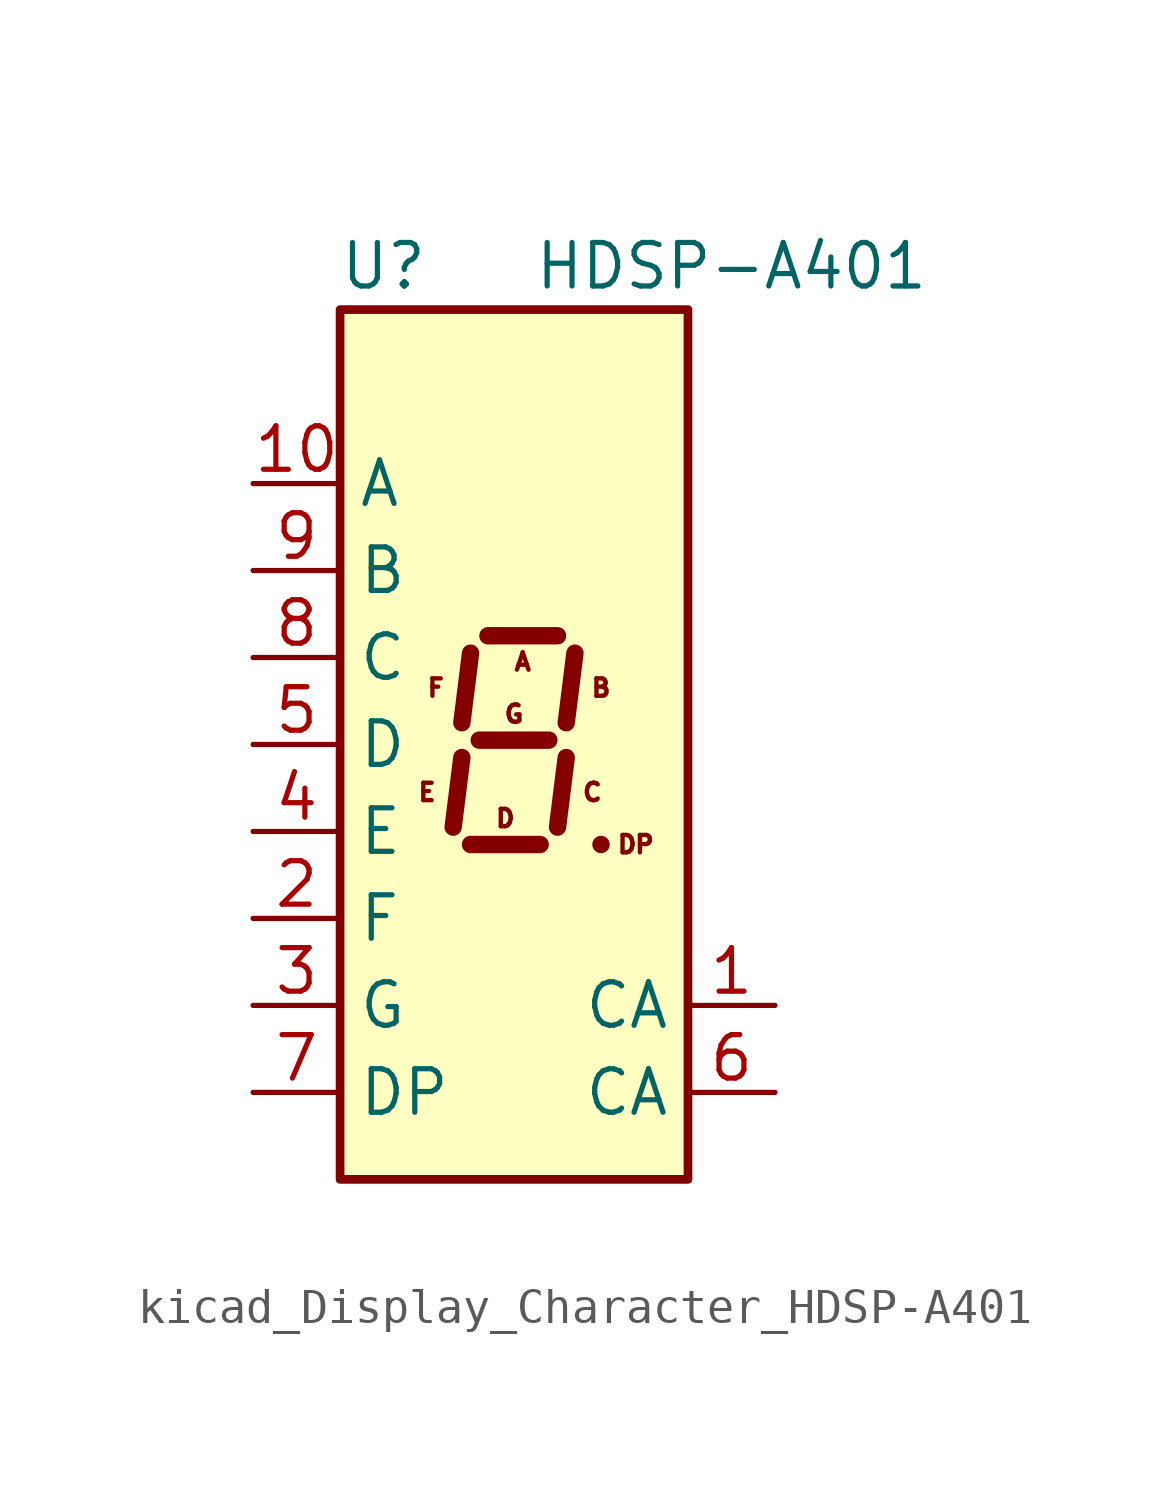
<source format=kicad_sym>
(kicad_symbol_lib
  (version 20220914)
  (generator kicad_symbol_editor)
  (symbol "kicad_Display_Character_HDSP-A401"
    (property "Reference" "U"
      (at -3.81 13.97 0)
      (effects (font (size 1.27 1.27))))
    (property "Value" "HDSP-A401"
      (at 6.35 13.97 0)
      (effects (font (size 1.27 1.27))))
    (symbol "kicad_Display_Character_HDSP-A401_1_0"
      (text "A" (at 0.254 2.413 0) (effects (font (size 0.508 0.508))))
      (text "B" (at 2.54 1.651 0) (effects (font (size 0.508 0.508))))
      (text "C" (at 2.286 -1.397 0) (effects (font (size 0.508 0.508))))
      (text "D" (at -0.254 -2.159 0) (effects (font (size 0.508 0.508))))
      (text "DP" (at 3.556 -2.921 0) (effects (font (size 0.508 0.508))))
      (text "E" (at -2.54 -1.397 0) (effects (font (size 0.508 0.508))))
      (text "F" (at -2.286 1.651 0) (effects (font (size 0.508 0.508))))
      (text "G" (at 0 0.889 0) (effects (font (size 0.508 0.508)))))
    (symbol "kicad_Display_Character_HDSP-A401_1_1"
      (rectangle (start -5.08 12.7) (end 5.08 -12.7) (stroke (width 0.254) (type default)) (fill (type background)))
      (polyline (pts (xy -1.524 -0.381) (xy -1.778 -2.413)) (stroke (width 0.508) (type default)) (fill (type none)))
      (polyline (pts (xy -1.27 -2.921) (xy 0.762 -2.921)) (stroke (width 0.508) (type default)) (fill (type none)))
      (polyline (pts (xy -1.27 2.667) (xy -1.524 0.635)) (stroke (width 0.508) (type default)) (fill (type none)))
      (polyline (pts (xy -1.016 0.127) (xy 1.016 0.127)) (stroke (width 0.508) (type default)) (fill (type none)))
      (polyline (pts (xy -0.762 3.175) (xy 1.27 3.175)) (stroke (width 0.508) (type default)) (fill (type none)))
      (polyline (pts (xy 1.524 -0.381) (xy 1.27 -2.413)) (stroke (width 0.508) (type default)) (fill (type none)))
      (polyline (pts (xy 1.778 2.667) (xy 1.524 0.635)) (stroke (width 0.508) (type default)) (fill (type none)))
      (polyline (pts (xy 2.54 -2.921) (xy 2.54 -2.921)) (stroke (width 0.508) (type default)) (fill (type none)))
      (pin input line (at 7.62 -7.62 180) (length 2.54) (name "CA" (effects (font (size 1.27 1.27)))) (number "1" (effects (font (size 1.27 1.27)))))
      (pin input line (at -7.62 7.62 0) (length 2.54) (name "A" (effects (font (size 1.27 1.27)))) (number "10" (effects (font (size 1.27 1.27)))))
      (pin input line (at -7.62 -5.08 0) (length 2.54) (name "F" (effects (font (size 1.27 1.27)))) (number "2" (effects (font (size 1.27 1.27)))))
      (pin input line (at -7.62 -7.62 0) (length 2.54) (name "G" (effects (font (size 1.27 1.27)))) (number "3" (effects (font (size 1.27 1.27)))))
      (pin input line (at -7.62 -2.54 0) (length 2.54) (name "E" (effects (font (size 1.27 1.27)))) (number "4" (effects (font (size 1.27 1.27)))))
      (pin input line (at -7.62 0 0) (length 2.54) (name "D" (effects (font (size 1.27 1.27)))) (number "5" (effects (font (size 1.27 1.27)))))
      (pin input line (at 7.62 -10.16 180) (length 2.54) (name "CA" (effects (font (size 1.27 1.27)))) (number "6" (effects (font (size 1.27 1.27)))))
      (pin input line (at -7.62 -10.16 0) (length 2.54) (name "DP" (effects (font (size 1.27 1.27)))) (number "7" (effects (font (size 1.27 1.27)))))
      (pin input line (at -7.62 2.54 0) (length 2.54) (name "C" (effects (font (size 1.27 1.27)))) (number "8" (effects (font (size 1.27 1.27)))))
      (pin input line (at -7.62 5.08 0) (length 2.54) (name "B" (effects (font (size 1.27 1.27)))) (number "9" (effects (font (size 1.27 1.27))))))))
</source>
